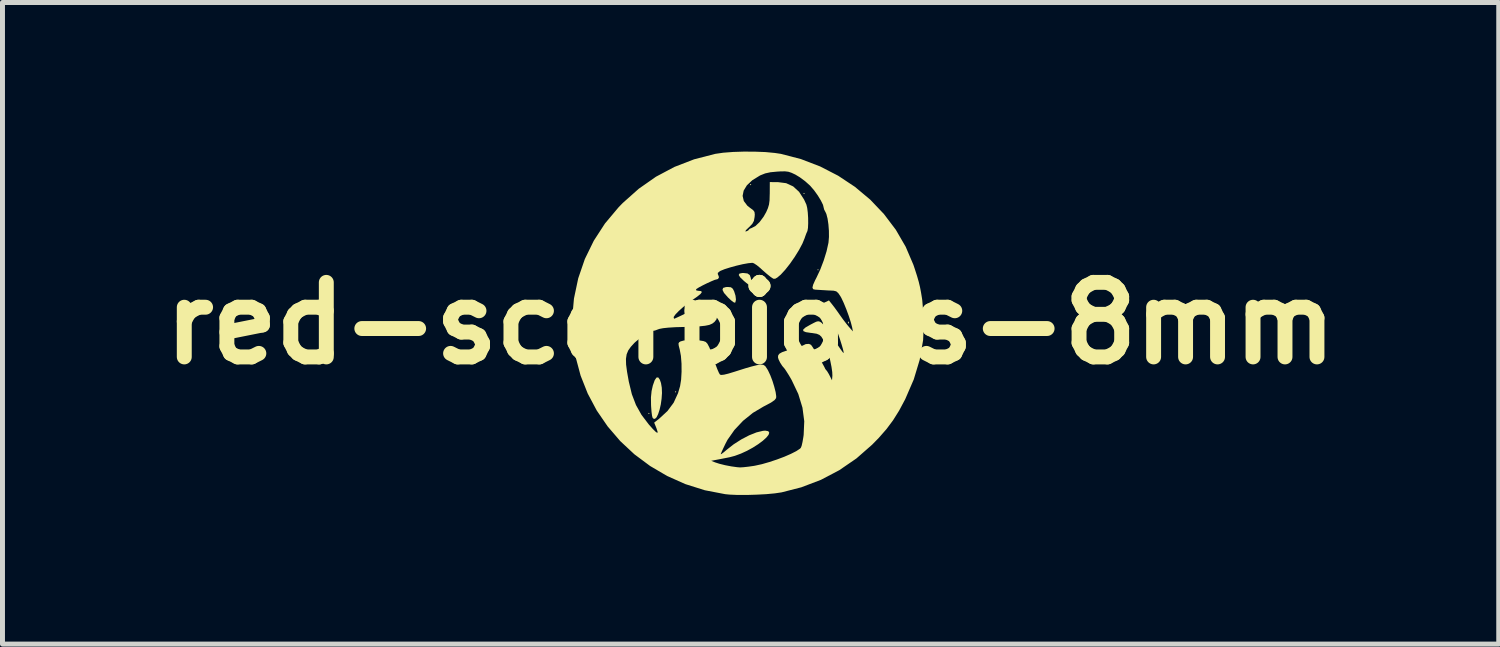
<source format=kicad_pcb>
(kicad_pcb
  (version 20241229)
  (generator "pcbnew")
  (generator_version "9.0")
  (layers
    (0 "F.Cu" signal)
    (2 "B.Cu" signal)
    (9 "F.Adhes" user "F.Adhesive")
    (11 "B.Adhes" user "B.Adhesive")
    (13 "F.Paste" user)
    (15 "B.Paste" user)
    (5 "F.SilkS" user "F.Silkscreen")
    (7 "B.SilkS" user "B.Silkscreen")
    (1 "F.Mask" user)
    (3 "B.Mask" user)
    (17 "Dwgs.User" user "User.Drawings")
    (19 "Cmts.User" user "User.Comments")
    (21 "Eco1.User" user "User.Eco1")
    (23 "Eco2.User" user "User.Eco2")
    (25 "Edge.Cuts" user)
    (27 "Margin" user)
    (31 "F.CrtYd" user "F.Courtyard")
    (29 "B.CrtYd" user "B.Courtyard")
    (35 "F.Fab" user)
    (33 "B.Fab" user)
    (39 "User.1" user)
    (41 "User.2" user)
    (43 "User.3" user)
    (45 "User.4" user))
  (footprint "red-scorpions-8mm"
    (layer "F.Cu")
    (at 12.05 3.452)
    (property "Reference" "red-scorpions-8mm" (at 0 0 0) (layer "F.SilkS") (effects (font (size 1.5 1.5) (thickness 0.3))))
    (attr board_only exclude_from_pos_files exclude_from_bom)
    (fp_poly (pts (xy -2.034 1.816) (xy -2.046 1.829) (xy -2.059 1.816) (xy -2.046 1.803)) (stroke (width 0) (type solid)) (fill yes) (layer "F.SilkS"))
    (fp_poly (pts (xy -1.496 1.381) (xy -1.509 1.394) (xy -1.522 1.381) (xy -1.509 1.368)) (stroke (width 0) (type solid)) (fill yes) (layer "F.SilkS"))
    (fp_poly (pts (xy 0.013 -2.788) (xy -0.000001 -2.775) (xy -0.013 -2.788) (xy -0.000001 -2.801)) (stroke (width 0) (type solid)) (fill yes) (layer "F.SilkS"))
    (fp_poly (pts (xy 1.087 -2.609) (xy 1.074 -2.596) (xy 1.062 -2.609) (xy 1.074 -2.622)) (stroke (width 0) (type solid)) (fill yes) (layer "F.SilkS"))
    (fp_poly (pts (xy 1.368 -1.074) (xy 1.356 -1.062) (xy 1.343 -1.074) (xy 1.356 -1.087)) (stroke (width 0) (type solid)) (fill yes) (layer "F.SilkS"))
    (fp_poly (pts (xy 1.368 0.588) (xy 1.356 0.601) (xy 1.343 0.588) (xy 1.356 0.576)) (stroke (width 0) (type solid)) (fill yes) (layer "F.SilkS"))
    (fp_poly (pts (xy 1.974 -0.03) (xy 1.977 0.001) (xy 1.974 0.004) (xy 1.959 0.001) (xy 1.957 -0.013) (xy 1.966 -0.034)) (stroke (width 0) (type solid)) (fill yes) (layer "F.SilkS"))
    (fp_poly (pts (xy -0.396 -0.723) (xy -0.358 -0.693) (xy -0.331 -0.64) (xy -0.304 -0.553) (xy -0.295 -0.475) (xy -0.306 -0.422) (xy -0.315 -0.412) (xy -0.343 -0.422) (xy -0.394 -0.461) (xy -0.458 -0.521) (xy -0.46 -0.524) (xy -0.535 -0.609) (xy -0.566 -0.671) (xy -0.553 -0.71) (xy -0.497 -0.727) (xy -0.46 -0.729)) (stroke (width 0) (type solid)) (fill yes) (layer "F.SilkS"))
    (fp_poly (pts (xy -0.063 -1.001) (xy -0.02 -0.971) (xy -0.014 -0.961) (xy 0.004 -0.909) (xy 0.012 -0.844) (xy 0.01 -0.788) (xy -0.002 -0.757) (xy -0.006 -0.755) (xy -0.035 -0.771) (xy -0.088 -0.812) (xy -0.135 -0.851) (xy -0.209 -0.922) (xy -0.239 -0.97) (xy -0.225 -0.998) (xy -0.168 -1.01) (xy -0.142 -1.01)) (stroke (width 0) (type solid)) (fill yes) (layer "F.SilkS"))
    (fp_poly (pts (xy -1.826 1.137) (xy -1.803 1.203) (xy -1.787 1.297) (xy -1.783 1.405) (xy -1.791 1.52) (xy -1.807 1.634) (xy -1.831 1.739) (xy -1.86 1.828) (xy -1.892 1.893) (xy -1.926 1.925) (xy -1.959 1.918) (xy -1.972 1.901) (xy -1.983 1.862) (xy -1.993 1.785) (xy -2.001 1.685) (xy -2.003 1.644) (xy -2.005 1.491) (xy -1.992 1.364) (xy -1.967 1.253) (xy -1.93 1.148) (xy -1.894 1.094) (xy -1.859 1.09)) (stroke (width 0) (type solid)) (fill yes) (layer "F.SilkS"))
    (fp_poly (pts (xy 0.085 -3.451) (xy 0.298 -3.443) (xy 0.487 -3.425) (xy 0.608 -3.407) (xy 1.012 -3.302) (xy 1.398 -3.154) (xy 1.761 -2.967) (xy 2.099 -2.743) (xy 2.407 -2.485) (xy 2.682 -2.196) (xy 2.921 -1.88) (xy 3.119 -1.539) (xy 3.274 -1.177) (xy 3.3 -1.1) (xy 3.348 -0.951) (xy 3.382 -0.833) (xy 3.407 -0.729) (xy 3.428 -0.62) (xy 3.449 -0.491) (xy 3.453 -0.46) (xy 3.487 -0.058) (xy 3.47 0.341) (xy 3.401 0.737) (xy 3.282 1.131) (xy 3.112 1.524) (xy 3.106 1.536) (xy 2.987 1.759) (xy 2.866 1.952) (xy 2.734 2.129) (xy 2.578 2.307) (xy 2.444 2.444) (xy 2.129 2.72) (xy 1.785 2.956) (xy 1.414 3.151) (xy 1.02 3.301) (xy 0.622 3.403) (xy 0.486 3.423) (xy 0.314 3.439) (xy 0.123 3.449) (xy -0.074 3.455) (xy -0.26 3.455) (xy -0.421 3.448) (xy -0.512 3.439) (xy -0.922 3.36) (xy -1.312 3.237) (xy -1.68 3.073) (xy -2.022 2.872) (xy -2.338 2.637) (xy -2.623 2.371) (xy -2.876 2.076) (xy -3.095 1.757) (xy -3.277 1.415) (xy -3.42 1.054) (xy -3.51 0.718) (xy -2.508 0.718) (xy -2.505 0.832) (xy -2.486 0.976) (xy -2.453 1.161) (xy -2.45 1.177) (xy -2.389 1.429) (xy -2.306 1.646) (xy -2.195 1.844) (xy -2.048 2.037) (xy -1.967 2.128) (xy -1.906 2.188) (xy -1.875 2.207) (xy -1.871 2.185) (xy -1.892 2.12) (xy -1.897 2.106) (xy -1.94 2) (xy -1.84 1.921) (xy -1.672 1.766) (xy -1.548 1.599) (xy -1.46 1.407) (xy -1.419 1.266) (xy -1.398 1.136) (xy -1.389 0.978) (xy -1.39 0.813) (xy -1.402 0.658) (xy -1.425 0.534) (xy -1.426 0.53) (xy -1.446 0.452) (xy -1.451 0.408) (xy -1.438 0.384) (xy -1.412 0.367) (xy -1.349 0.349) (xy -1.255 0.34) (xy -1.145 0.339) (xy -1.038 0.345) (xy -0.95 0.359) (xy -0.902 0.377) (xy -0.868 0.414) (xy -0.83 0.487) (xy -0.785 0.599) (xy -0.747 0.71) (xy -0.707 0.827) (xy -0.669 0.927) (xy -0.637 1) (xy -0.616 1.034) (xy -0.589 1.041) (xy -0.534 1.035) (xy -0.448 1.014) (xy -0.323 0.976) (xy -0.232 0.947) (xy -0.099 0.905) (xy 0.023 0.87) (xy 0.123 0.845) (xy 0.19 0.832) (xy 0.202 0.831) (xy 0.255 0.837) (xy 0.293 0.861) (xy 0.331 0.917) (xy 0.352 0.953) (xy 0.397 1.049) (xy 0.44 1.162) (xy 0.476 1.279) (xy 0.503 1.385) (xy 0.515 1.468) (xy 0.513 1.506) (xy 0.483 1.546) (xy 0.41 1.597) (xy 0.292 1.66) (xy 0.262 1.675) (xy 0.048 1.802) (xy -0.152 1.963) (xy -0.326 2.148) (xy -0.465 2.346) (xy -0.505 2.422) (xy -0.549 2.514) (xy -0.582 2.586) (xy -0.6 2.63) (xy -0.601 2.636) (xy -0.584 2.629) (xy -0.539 2.595) (xy -0.481 2.546) (xy -0.341 2.436) (xy -0.186 2.337) (xy -0.029 2.255) (xy 0.119 2.196) (xy 0.248 2.165) (xy 0.294 2.161) (xy 0.355 2.172) (xy 0.375 2.202) (xy 0.36 2.247) (xy 0.314 2.303) (xy 0.243 2.367) (xy 0.151 2.435) (xy 0.044 2.503) (xy -0.073 2.567) (xy -0.195 2.623) (xy -0.317 2.668) (xy -0.422 2.696) (xy -0.528 2.717) (xy -0.635 2.738) (xy -0.678 2.746) (xy -0.793 2.768) (xy -0.716 2.799) (xy -0.63 2.827) (xy -0.514 2.856) (xy -0.389 2.88) (xy -0.274 2.896) (xy -0.214 2.901) (xy -0.145 2.897) (xy -0.045 2.886) (xy 0.067 2.87) (xy 0.093 2.865) (xy 0.226 2.836) (xy 0.375 2.793) (xy 0.529 2.742) (xy 0.678 2.686) (xy 0.811 2.628) (xy 0.919 2.573) (xy 0.992 2.525) (xy 1.009 2.508) (xy 1.026 2.468) (xy 1.044 2.39) (xy 1.061 2.29) (xy 1.067 2.247) (xy 1.079 1.972) (xy 1.043 1.699) (xy 0.959 1.424) (xy 0.826 1.144) (xy 0.771 1.049) (xy 0.726 0.978) (xy 0.692 0.926) (xy 0.678 0.908) (xy 0.637 0.86) (xy 0.594 0.793) (xy 0.561 0.725) (xy 0.55 0.683) (xy 0.556 0.644) (xy 0.581 0.612) (xy 0.633 0.583) (xy 0.72 0.553) (xy 0.819 0.524) (xy 0.916 0.496) (xy 0.996 0.47) (xy 1.043 0.452) (xy 1.049 0.449) (xy 1.11 0.42) (xy 1.174 0.416) (xy 1.215 0.435) (xy 1.243 0.474) (xy 1.286 0.542) (xy 1.338 0.627) (xy 1.392 0.718) (xy 1.44 0.802) (xy 1.477 0.869) (xy 1.496 0.906) (xy 1.496 0.91) (xy 1.515 0.938) (xy 1.516 0.938) (xy 1.538 0.964) (xy 1.572 1.02) (xy 1.586 1.047) (xy 1.637 1.148) (xy 1.645 1.056) (xy 1.642 0.982) (xy 1.627 0.878) (xy 1.603 0.758) (xy 1.574 0.639) (xy 1.543 0.537) (xy 1.514 0.466) (xy 1.508 0.455) (xy 1.48 0.4) (xy 1.47 0.365) (xy 1.455 0.323) (xy 1.423 0.271) (xy 1.384 0.235) (xy 1.329 0.212) (xy 1.241 0.198) (xy 1.212 0.195) (xy 1.112 0.18) (xy 1.06 0.158) (xy 1.058 0.128) (xy 1.104 0.086) (xy 1.198 0.032) (xy 1.215 0.023) (xy 1.274 -0.008) (xy 1.32 -0.03) (xy 1.358 -0.039) (xy 1.395 -0.031) (xy 1.434 -0.003) (xy 1.481 0.05) (xy 1.542 0.132) (xy 1.621 0.247) (xy 1.724 0.398) (xy 1.744 0.428) (xy 1.799 0.508) (xy 1.842 0.568) (xy 1.866 0.599) (xy 1.869 0.601) (xy 1.871 0.579) (xy 1.857 0.519) (xy 1.831 0.43) (xy 1.797 0.322) (xy 1.757 0.206) (xy 1.715 0.089) (xy 1.674 -0.017) (xy 1.637 -0.104) (xy 1.61 -0.158) (xy 1.566 -0.225) (xy 1.523 -0.258) (xy 1.462 -0.272) (xy 1.441 -0.274) (xy 1.372 -0.284) (xy 1.33 -0.302) (xy 1.325 -0.309) (xy 1.341 -0.333) (xy 1.392 -0.369) (xy 1.446 -0.397) (xy 1.576 -0.458) (xy 1.637 -0.382) (xy 1.685 -0.32) (xy 1.746 -0.236) (xy 1.795 -0.166) (xy 1.861 -0.074) (xy 1.931 0.017) (xy 1.974 0.07) (xy 2.058 0.165) (xy 2.042 0.082) (xy 2.016 -0.018) (xy 1.975 -0.145) (xy 1.925 -0.281) (xy 1.873 -0.408) (xy 1.825 -0.51) (xy 1.809 -0.538) (xy 1.763 -0.606) (xy 1.723 -0.641) (xy 1.671 -0.654) (xy 1.637 -0.656) (xy 1.543 -0.66) (xy 1.452 -0.666) (xy 1.445 -0.666) (xy 1.366 -0.671) (xy 1.299 -0.675) (xy 1.298 -0.675) (xy 1.258 -0.685) (xy 1.244 -0.716) (xy 1.257 -0.773) (xy 1.297 -0.863) (xy 1.326 -0.919) (xy 1.401 -1.079) (xy 1.471 -1.263) (xy 1.528 -1.448) (xy 1.565 -1.614) (xy 1.567 -1.627) (xy 1.576 -1.734) (xy 1.575 -1.859) (xy 1.565 -1.988) (xy 1.548 -2.104) (xy 1.525 -2.194) (xy 1.509 -2.23) (xy 1.48 -2.285) (xy 1.471 -2.32) (xy 1.456 -2.382) (xy 1.413 -2.469) (xy 1.352 -2.569) (xy 1.279 -2.671) (xy 1.202 -2.761) (xy 1.189 -2.774) (xy 1.096 -2.857) (xy 0.991 -2.935) (xy 0.9 -2.99) (xy 0.823 -3.026) (xy 0.76 -3.047) (xy 0.693 -3.055) (xy 0.603 -3.054) (xy 0.536 -3.05) (xy 0.4 -3.037) (xy 0.294 -3.014) (xy 0.198 -2.976) (xy 0.181 -2.967) (xy 0.032 -2.875) (xy -0.075 -2.774) (xy -0.14 -2.667) (xy -0.161 -2.561) (xy -0.137 -2.458) (xy -0.066 -2.364) (xy -0.013 -2.322) (xy 0.05 -2.276) (xy 0.078 -2.238) (xy 0.084 -2.186) (xy 0.08 -2.136) (xy 0.066 -2.058) (xy 0.033 -1.998) (xy -0.03 -1.933) (xy -0.037 -1.927) (xy -0.093 -1.873) (xy -0.107 -1.847) (xy -0.09 -1.847) (xy -0.048 -1.866) (xy -0.038 -1.88) (xy -0.017 -1.901) (xy 0.02 -1.915) (xy 0.097 -1.955) (xy 0.18 -2.034) (xy 0.26 -2.141) (xy 0.313 -2.234) (xy 0.348 -2.314) (xy 0.37 -2.388) (xy 0.381 -2.472) (xy 0.384 -2.586) (xy 0.385 -2.609) (xy 0.386 -2.839) (xy 0.551 -2.838) (xy 0.715 -2.817) (xy 0.856 -2.752) (xy 0.975 -2.643) (xy 1.075 -2.488) (xy 1.122 -2.386) (xy 1.138 -2.321) (xy 1.15 -2.227) (xy 1.157 -2.119) (xy 1.158 -2.011) (xy 1.154 -1.918) (xy 1.143 -1.855) (xy 1.137 -1.842) (xy 1.119 -1.802) (xy 1.095 -1.736) (xy 1.088 -1.714) (xy 1.043 -1.604) (xy 0.974 -1.474) (xy 0.888 -1.335) (xy 0.793 -1.198) (xy 0.696 -1.075) (xy 0.606 -0.977) (xy 0.536 -0.918) (xy 0.493 -0.894) (xy 0.457 -0.895) (xy 0.41 -0.926) (xy 0.39 -0.941) (xy 0.323 -0.995) (xy 0.242 -1.066) (xy 0.194 -1.11) (xy 0.126 -1.166) (xy 0.066 -1.205) (xy 0.035 -1.215) (xy -0.047 -1.207) (xy -0.159 -1.187) (xy -0.286 -1.157) (xy -0.413 -1.122) (xy -0.524 -1.087) (xy -0.605 -1.054) (xy -0.622 -1.044) (xy -0.661 -1.011) (xy -0.658 -0.98) (xy -0.652 -0.971) (xy -0.636 -0.925) (xy -0.656 -0.89) (xy -0.682 -0.882) (xy -0.722 -0.872) (xy -0.791 -0.843) (xy -0.877 -0.804) (xy -0.964 -0.761) (xy -1.039 -0.721) (xy -1.088 -0.69) (xy -1.098 -0.68) (xy -1.092 -0.659) (xy -1.052 -0.652) (xy -0.996 -0.646) (xy -0.981 -0.626) (xy -1.008 -0.588) (xy -1.078 -0.532) (xy -1.146 -0.485) (xy -1.256 -0.406) (xy -1.359 -0.323) (xy -1.446 -0.245) (xy -1.511 -0.178) (xy -1.545 -0.13) (xy -1.548 -0.118) (xy -1.541 -0.091) (xy -1.537 -0.09) (xy -1.512 -0.1) (xy -1.449 -0.129) (xy -1.358 -0.172) (xy -1.247 -0.226) (xy -1.211 -0.243) (xy -1.09 -0.299) (xy -0.98 -0.347) (xy -0.893 -0.38) (xy -0.838 -0.396) (xy -0.831 -0.396) (xy -0.768 -0.374) (xy -0.716 -0.315) (xy -0.68 -0.236) (xy -0.669 -0.152) (xy -0.687 -0.078) (xy -0.691 -0.072) (xy -0.727 -0.026) (xy -0.771 0.008) (xy -0.831 0.034) (xy -0.914 0.051) (xy -1.028 0.063) (xy -1.181 0.071) (xy -1.324 0.075) (xy -1.512 0.08) (xy -1.656 0.089) (xy -1.76 0.1) (xy -1.833 0.114) (xy -1.862 0.124) (xy -1.921 0.146) (xy -1.954 0.153) (xy -1.957 0.152) (xy -1.975 0.148) (xy -2.024 0.17) (xy -2.092 0.21) (xy -2.171 0.262) (xy -2.249 0.32) (xy -2.317 0.377) (xy -2.338 0.396) (xy -2.41 0.475) (xy -2.462 0.548) (xy -2.494 0.626) (xy -2.508 0.718) (xy -3.51 0.718) (xy -3.521 0.678) (xy -3.578 0.288) (xy -3.588 -0.111) (xy -3.554 -0.495) (xy -3.468 -0.903) (xy -3.335 -1.291) (xy -3.155 -1.659) (xy -2.93 -2.006) (xy -2.658 -2.33) (xy -2.573 -2.418) (xy -2.25 -2.705) (xy -1.904 -2.947) (xy -1.533 -3.144) (xy -1.137 -3.297) (xy -0.714 -3.406) (xy -0.71 -3.407) (xy -0.55 -3.43) (xy -0.354 -3.445) (xy -0.138 -3.452)) (stroke (width 0) (type solid)) (fill yes) (layer "F.SilkS")))
  (gr_rect
    (start -3 -3)
    (end 27.1 9.907)
    (stroke (width 0.1) (type default))
    (fill no)
    (layer "Edge.Cuts")))
</source>
